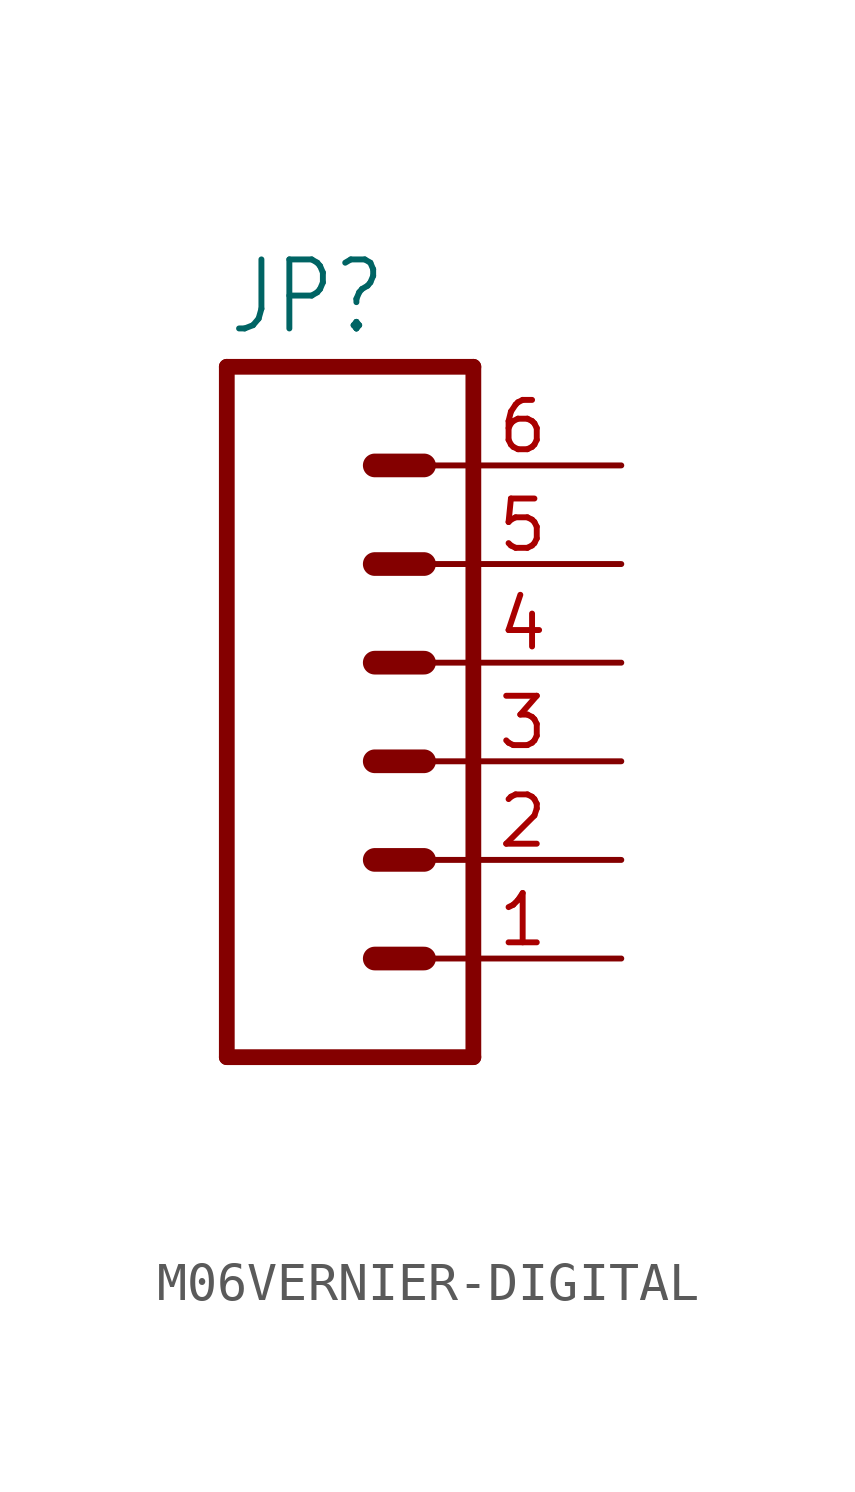
<source format=kicad_sym>
(kicad_symbol_lib
  (version 20231120)
  (generator "kicad_symbol_editor")
  (generator_version "8.0")
  (symbol "M06VERNIER-DIGITAL"
    (property "Reference" "JP"
      (at -5.08 10.922 0)
      (effects (font (size 1.778 1.511)) (justify left bottom)))
    (property "Value" ""
      (at -5.08 -10.16 0)
      (effects (font (size 1.778 1.511)) (justify left bottom)))
    (property "ki_locked" ""
      (at 0 0 0)
      (effects (font (size 1.27 1.27))))
    (symbol "M06VERNIER-DIGITAL_1_0"
      (polyline (pts (xy -5.08 10.16) (xy -5.08 -7.62)) (stroke (width 0.406) (type solid)) (fill (type none)))
      (polyline (pts (xy -5.08 10.16) (xy 1.27 10.16)) (stroke (width 0.406) (type solid)) (fill (type none)))
      (polyline (pts (xy -1.27 -5.08) (xy 0 -5.08)) (stroke (width 0.61) (type solid)) (fill (type none)))
      (polyline (pts (xy -1.27 -2.54) (xy 0 -2.54)) (stroke (width 0.61) (type solid)) (fill (type none)))
      (polyline (pts (xy -1.27 0) (xy 0 0)) (stroke (width 0.61) (type solid)) (fill (type none)))
      (polyline (pts (xy -1.27 2.54) (xy 0 2.54)) (stroke (width 0.61) (type solid)) (fill (type none)))
      (polyline (pts (xy -1.27 5.08) (xy 0 5.08)) (stroke (width 0.61) (type solid)) (fill (type none)))
      (polyline (pts (xy -1.27 7.62) (xy 0 7.62)) (stroke (width 0.61) (type solid)) (fill (type none)))
      (polyline (pts (xy 1.27 -7.62) (xy -5.08 -7.62)) (stroke (width 0.406) (type solid)) (fill (type none)))
      (polyline (pts (xy 1.27 -7.62) (xy 1.27 10.16)) (stroke (width 0.406) (type solid)) (fill (type none)))
      (pin passive line (at 5.08 -5.08 180) (length 5.08) (name "1" (effects (font (size 0 0)))) (number "1" (effects (font (size 1.27 1.27)))))
      (pin passive line (at 5.08 -2.54 180) (length 5.08) (name "2" (effects (font (size 0 0)))) (number "2" (effects (font (size 1.27 1.27)))))
      (pin passive line (at 5.08 0 180) (length 5.08) (name "3" (effects (font (size 0 0)))) (number "3" (effects (font (size 1.27 1.27)))))
      (pin passive line (at 5.08 2.54 180) (length 5.08) (name "4" (effects (font (size 0 0)))) (number "4" (effects (font (size 1.27 1.27)))))
      (pin passive line (at 5.08 5.08 180) (length 5.08) (name "5" (effects (font (size 0 0)))) (number "5" (effects (font (size 1.27 1.27)))))
      (pin passive line (at 5.08 7.62 180) (length 5.08) (name "6" (effects (font (size 0 0)))) (number "6" (effects (font (size 1.27 1.27))))))))
</source>
